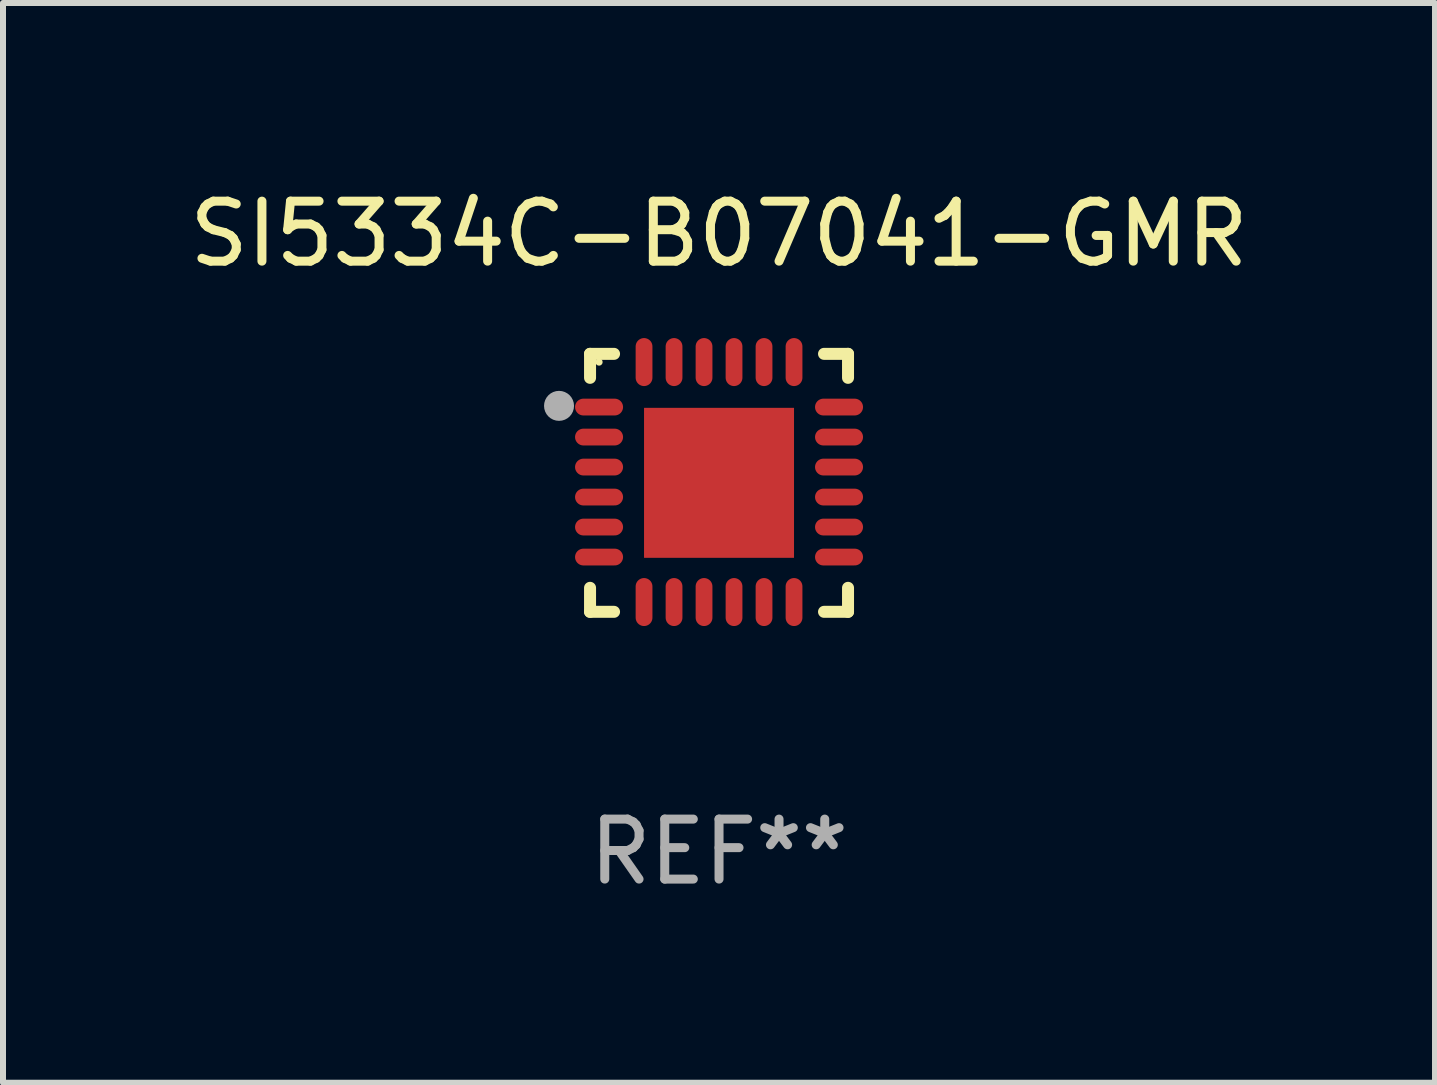
<source format=kicad_pcb>
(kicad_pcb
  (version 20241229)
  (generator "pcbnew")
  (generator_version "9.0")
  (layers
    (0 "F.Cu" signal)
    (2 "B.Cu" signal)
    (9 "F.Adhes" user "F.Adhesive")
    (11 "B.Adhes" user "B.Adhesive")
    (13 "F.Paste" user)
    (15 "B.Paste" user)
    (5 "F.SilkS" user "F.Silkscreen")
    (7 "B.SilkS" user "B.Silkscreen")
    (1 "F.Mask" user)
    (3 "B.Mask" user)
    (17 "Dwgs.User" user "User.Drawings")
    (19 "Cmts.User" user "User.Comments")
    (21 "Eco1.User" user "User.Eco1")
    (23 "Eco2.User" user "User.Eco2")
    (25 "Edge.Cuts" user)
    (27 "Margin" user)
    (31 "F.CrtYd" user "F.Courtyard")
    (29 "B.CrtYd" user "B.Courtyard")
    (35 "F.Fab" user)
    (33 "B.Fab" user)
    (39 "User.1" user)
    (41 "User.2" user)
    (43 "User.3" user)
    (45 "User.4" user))
  (footprint "SI5334C-B07041-GMR"
    (layer "F.Cu")
    (at 8.935 4.998)
    (property "Reference" "SI5334C-B07041-GMR" (at 0 -4.15 0) (layer "F.SilkS") (effects (font (size 1 1) (thickness 0.15))))
    (attr through_hole)
    (fp_line (start -2.15 -2.15) (end -1.75 -2.15) (stroke (width 0.2) (type solid)) (layer "F.SilkS"))
    (fp_line (start -2.15 -1.75) (end -2.15 -2.15) (stroke (width 0.2) (type solid)) (layer "F.SilkS"))
    (fp_line (start -2.15 2.15) (end -2.15 1.75) (stroke (width 0.2) (type solid)) (layer "F.SilkS"))
    (fp_line (start -1.75 2.15) (end -2.15 2.15) (stroke (width 0.2) (type solid)) (layer "F.SilkS"))
    (fp_line (start 1.75 -2.15) (end 2.15 -2.15) (stroke (width 0.2) (type solid)) (layer "F.SilkS"))
    (fp_line (start 1.75 2.15) (end 2.15 2.15) (stroke (width 0.2) (type solid)) (layer "F.SilkS"))
    (fp_line (start 2.15 -2.15) (end 2.15 -1.75) (stroke (width 0.2) (type solid)) (layer "F.SilkS"))
    (fp_line (start 2.15 2.15) (end 2.15 1.75) (stroke (width 0.2) (type solid)) (layer "F.SilkS"))
    (fp_circle (center -2 -2.013) (end -1.97 -2.013) (stroke (width 0.06) (type solid)) (fill no) (layer "F.SilkS"))
    (fp_circle (center -2.667 -1.283) (end -2.542 -1.283) (stroke (width 0.25) (type solid)) (fill no) (layer "F.Fab"))
    (fp_text user "REF**" (at 0 6.15 0) (layer "F.Fab") (effects (font (size 1 1) (thickness 0.15))))
    (pad "1" smd oval (at -2 -1.263) (size 0.8 0.28) (layers "F.Cu" "F.Mask" "F.Paste"))
    (pad "2" smd oval (at -2 -0.763) (size 0.8 0.28) (layers "F.Cu" "F.Mask" "F.Paste"))
    (pad "3" smd oval (at -2 -0.263) (size 0.8 0.28) (layers "F.Cu" "F.Mask" "F.Paste"))
    (pad "4" smd oval (at -2 0.237) (size 0.8 0.28) (layers "F.Cu" "F.Mask" "F.Paste"))
    (pad "5" smd oval (at -2 0.737) (size 0.8 0.28) (layers "F.Cu" "F.Mask" "F.Paste"))
    (pad "6" smd oval (at -2 1.237) (size 0.8 0.28) (layers "F.Cu" "F.Mask" "F.Paste"))
    (pad "7" smd oval (at -1.25 1.987) (size 0.28 0.8) (layers "F.Cu" "F.Mask" "F.Paste"))
    (pad "8" smd oval (at -0.75 1.987) (size 0.28 0.8) (layers "F.Cu" "F.Mask" "F.Paste"))
    (pad "9" smd oval (at -0.25 1.987) (size 0.28 0.8) (layers "F.Cu" "F.Mask" "F.Paste"))
    (pad "10" smd oval (at 0.25 1.987) (size 0.28 0.8) (layers "F.Cu" "F.Mask" "F.Paste"))
    (pad "11" smd oval (at 0.75 1.987) (size 0.28 0.8) (layers "F.Cu" "F.Mask" "F.Paste"))
    (pad "12" smd oval (at 1.25 1.987) (size 0.28 0.8) (layers "F.Cu" "F.Mask" "F.Paste"))
    (pad "13" smd oval (at 2 1.237) (size 0.8 0.28) (layers "F.Cu" "F.Mask" "F.Paste"))
    (pad "14" smd oval (at 2 0.737) (size 0.8 0.28) (layers "F.Cu" "F.Mask" "F.Paste"))
    (pad "15" smd oval (at 2 0.237) (size 0.8 0.28) (layers "F.Cu" "F.Mask" "F.Paste"))
    (pad "16" smd oval (at 2 -0.263) (size 0.8 0.28) (layers "F.Cu" "F.Mask" "F.Paste"))
    (pad "17" smd oval (at 2 -0.763) (size 0.8 0.28) (layers "F.Cu" "F.Mask" "F.Paste"))
    (pad "18" smd oval (at 2 -1.263) (size 0.8 0.28) (layers "F.Cu" "F.Mask" "F.Paste"))
    (pad "19" smd oval (at 1.25 -2.013) (size 0.28 0.8) (layers "F.Cu" "F.Mask" "F.Paste"))
    (pad "20" smd oval (at 0.75 -2.013) (size 0.28 0.8) (layers "F.Cu" "F.Mask" "F.Paste"))
    (pad "21" smd oval (at 0.25 -2.013) (size 0.28 0.8) (layers "F.Cu" "F.Mask" "F.Paste"))
    (pad "22" smd oval (at -0.25 -2.013) (size 0.28 0.8) (layers "F.Cu" "F.Mask" "F.Paste"))
    (pad "23" smd oval (at -0.75 -2.013) (size 0.28 0.8) (layers "F.Cu" "F.Mask" "F.Paste"))
    (pad "24" smd oval (at -1.25 -2.013) (size 0.28 0.8) (layers "F.Cu" "F.Mask" "F.Paste"))
    (pad "25" smd rect (at -0.000127 -0.00014) (size 2.5 2.5) (layers "F.Cu" "F.Mask" "F.Paste")))
  (gr_rect
    (start -3 -3)
    (end 20.869 14.997)
    (stroke (width 0.1) (type default))
    (fill no)
    (layer "Edge.Cuts")))
</source>
